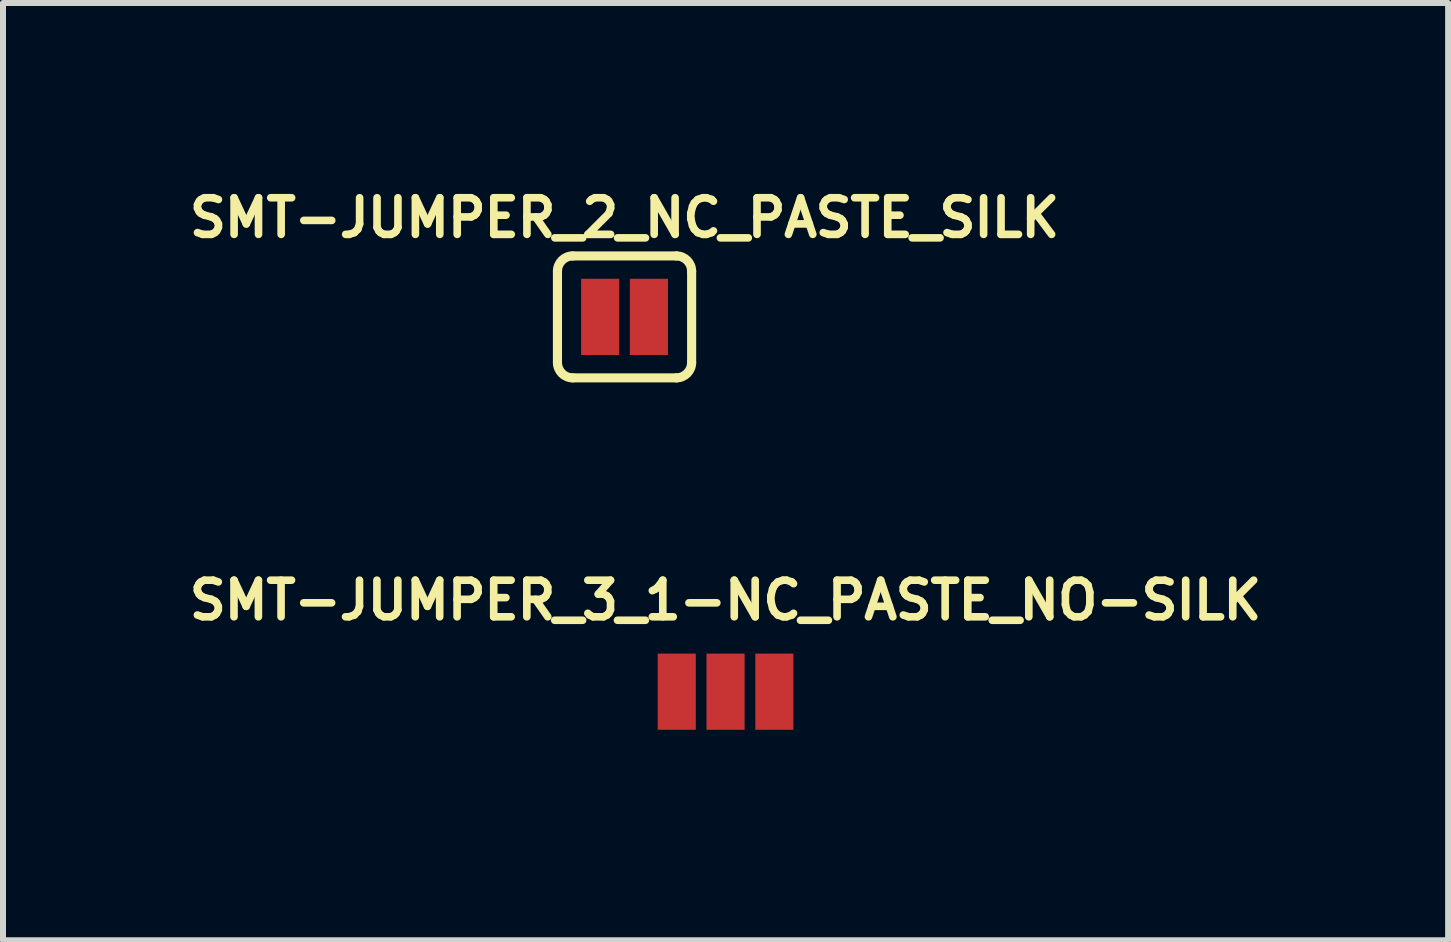
<source format=kicad_pcb>
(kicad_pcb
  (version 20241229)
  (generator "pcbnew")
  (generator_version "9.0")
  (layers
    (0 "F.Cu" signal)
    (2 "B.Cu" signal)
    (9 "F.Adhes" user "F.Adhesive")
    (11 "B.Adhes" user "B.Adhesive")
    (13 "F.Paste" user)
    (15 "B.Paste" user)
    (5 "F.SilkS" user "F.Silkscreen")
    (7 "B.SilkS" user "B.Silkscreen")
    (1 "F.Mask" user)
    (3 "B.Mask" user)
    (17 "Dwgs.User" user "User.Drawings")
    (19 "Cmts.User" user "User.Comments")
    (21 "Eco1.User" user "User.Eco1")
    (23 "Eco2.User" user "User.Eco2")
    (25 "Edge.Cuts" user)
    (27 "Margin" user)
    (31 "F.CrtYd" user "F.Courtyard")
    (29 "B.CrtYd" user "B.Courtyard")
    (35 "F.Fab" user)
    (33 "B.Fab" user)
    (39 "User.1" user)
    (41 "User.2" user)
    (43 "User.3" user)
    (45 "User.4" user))
  (footprint "SMT-JUMPER_2_NC_PASTE_SILK"
    (layer "F.Cu")
    (at 7.358 2.231)
    (property "Reference" "SMT-JUMPER_2_NC_PASTE_SILK" (at 0 -1.651 0) (layer "F.SilkS") (effects (font (size 0.61 0.61) (thickness 0.127))))
    (attr smd)
    (fp_line (start -1.118 0.762) (end -1.118 -0.762) (stroke (width 0.152) (type solid)) (layer "F.SilkS"))
    (fp_line (start -0.864 -1.016) (end 0.864 -1.016) (stroke (width 0.152) (type solid)) (layer "F.SilkS"))
    (fp_line (start 0.864 1.016) (end -0.864 1.016) (stroke (width 0.152) (type solid)) (layer "F.SilkS"))
    (fp_line (start 1.118 0.762) (end 1.118 -0.762) (stroke (width 0.152) (type solid)) (layer "F.SilkS"))
    (fp_arc (start -1.1176 -0.762) (mid -1.043205 -0.941605) (end -0.8636 -1.016) (stroke (width 0.1524) (type solid)) (layer "F.SilkS"))
    (fp_arc (start -0.8636 1.016) (mid -1.043205 0.941605) (end -1.1176 0.762) (stroke (width 0.1524) (type solid)) (layer "F.SilkS"))
    (fp_arc (start 0.8636 -1.016) (mid 1.043205 -0.941605) (end 1.1176 -0.762) (stroke (width 0.1524) (type solid)) (layer "F.SilkS"))
    (fp_arc (start 1.1176 0.762) (mid 1.043205 0.941605) (end 0.8636 1.016) (stroke (width 0.1524) (type solid)) (layer "F.SilkS"))
    (fp_line (start -1.016 -0.889) (end 1.016 -0.889) (stroke (width 0.508) (type solid)) (layer "F.Paste"))
    (fp_line (start -1.016 -0.381) (end 1.016 -0.381) (stroke (width 0.508) (type solid)) (layer "F.Paste"))
    (fp_line (start -1.016 0.127) (end 1.016 0.127) (stroke (width 0.508) (type solid)) (layer "F.Paste"))
    (fp_line (start -1.016 0.635) (end 1.016 0.635) (stroke (width 0.508) (type solid)) (layer "F.Paste"))
    (fp_line (start -1.016 0.889) (end -1.016 -0.889) (stroke (width 0.508) (type solid)) (layer "F.Paste"))
    (fp_line (start -1.016 0.889) (end 1.016 0.889) (stroke (width 0.508) (type solid)) (layer "F.Paste"))
    (fp_line (start 1.016 0.889) (end 1.016 -0.889) (stroke (width 0.508) (type solid)) (layer "F.Paste"))
    (pad "1" smd rect (at -0.406 0) (size 0.635 1.27) (layers "F.Cu" "F.Mask"))
    (pad "2" smd rect (at 0.406 0) (size 0.635 1.27) (layers "F.Cu" "F.Mask")))
  (footprint "SMT-JUMPER_3_1-NC_PASTE_NO-SILK"
    (layer "F.Cu")
    (at 9.041 8.477)
    (property "Reference" "SMT-JUMPER_3_1-NC_PASTE_NO-SILK" (at 0 -1.524 0) (layer "F.SilkS") (effects (font (size 0.61 0.61) (thickness 0.127))))
    (attr smd)
    (fp_line (start -0.127 -0.889) (end 1.397 -0.889) (stroke (width 0.508) (type solid)) (layer "F.Paste"))
    (fp_line (start -0.127 -0.381) (end 1.397 -0.381) (stroke (width 0.508) (type solid)) (layer "F.Paste"))
    (fp_line (start -0.127 0.127) (end 1.397 0.127) (stroke (width 0.508) (type solid)) (layer "F.Paste"))
    (fp_line (start -0.127 0.635) (end 1.397 0.635) (stroke (width 0.508) (type solid)) (layer "F.Paste"))
    (fp_line (start -0.127 0.889) (end -0.127 -0.889) (stroke (width 0.508) (type solid)) (layer "F.Paste"))
    (fp_line (start -0.127 0.889) (end 1.397 0.889) (stroke (width 0.508) (type solid)) (layer "F.Paste"))
    (fp_line (start 1.397 -0.889) (end 1.397 0.889) (stroke (width 0.508) (type solid)) (layer "F.Paste"))
    (pad "1" smd rect (at -0.813 0) (size 0.635 1.27) (layers "F.Cu" "F.Mask"))
    (pad "2" smd rect (at 0 0) (size 0.635 1.27) (layers "F.Cu" "F.Mask"))
    (pad "3" smd rect (at 0.813 0) (size 0.635 1.27) (layers "F.Cu" "F.Mask")))
  (gr_rect
    (start -3 -3)
    (end 21.083 12.62)
    (stroke (width 0.1) (type default))
    (fill no)
    (layer "Edge.Cuts")))
</source>
